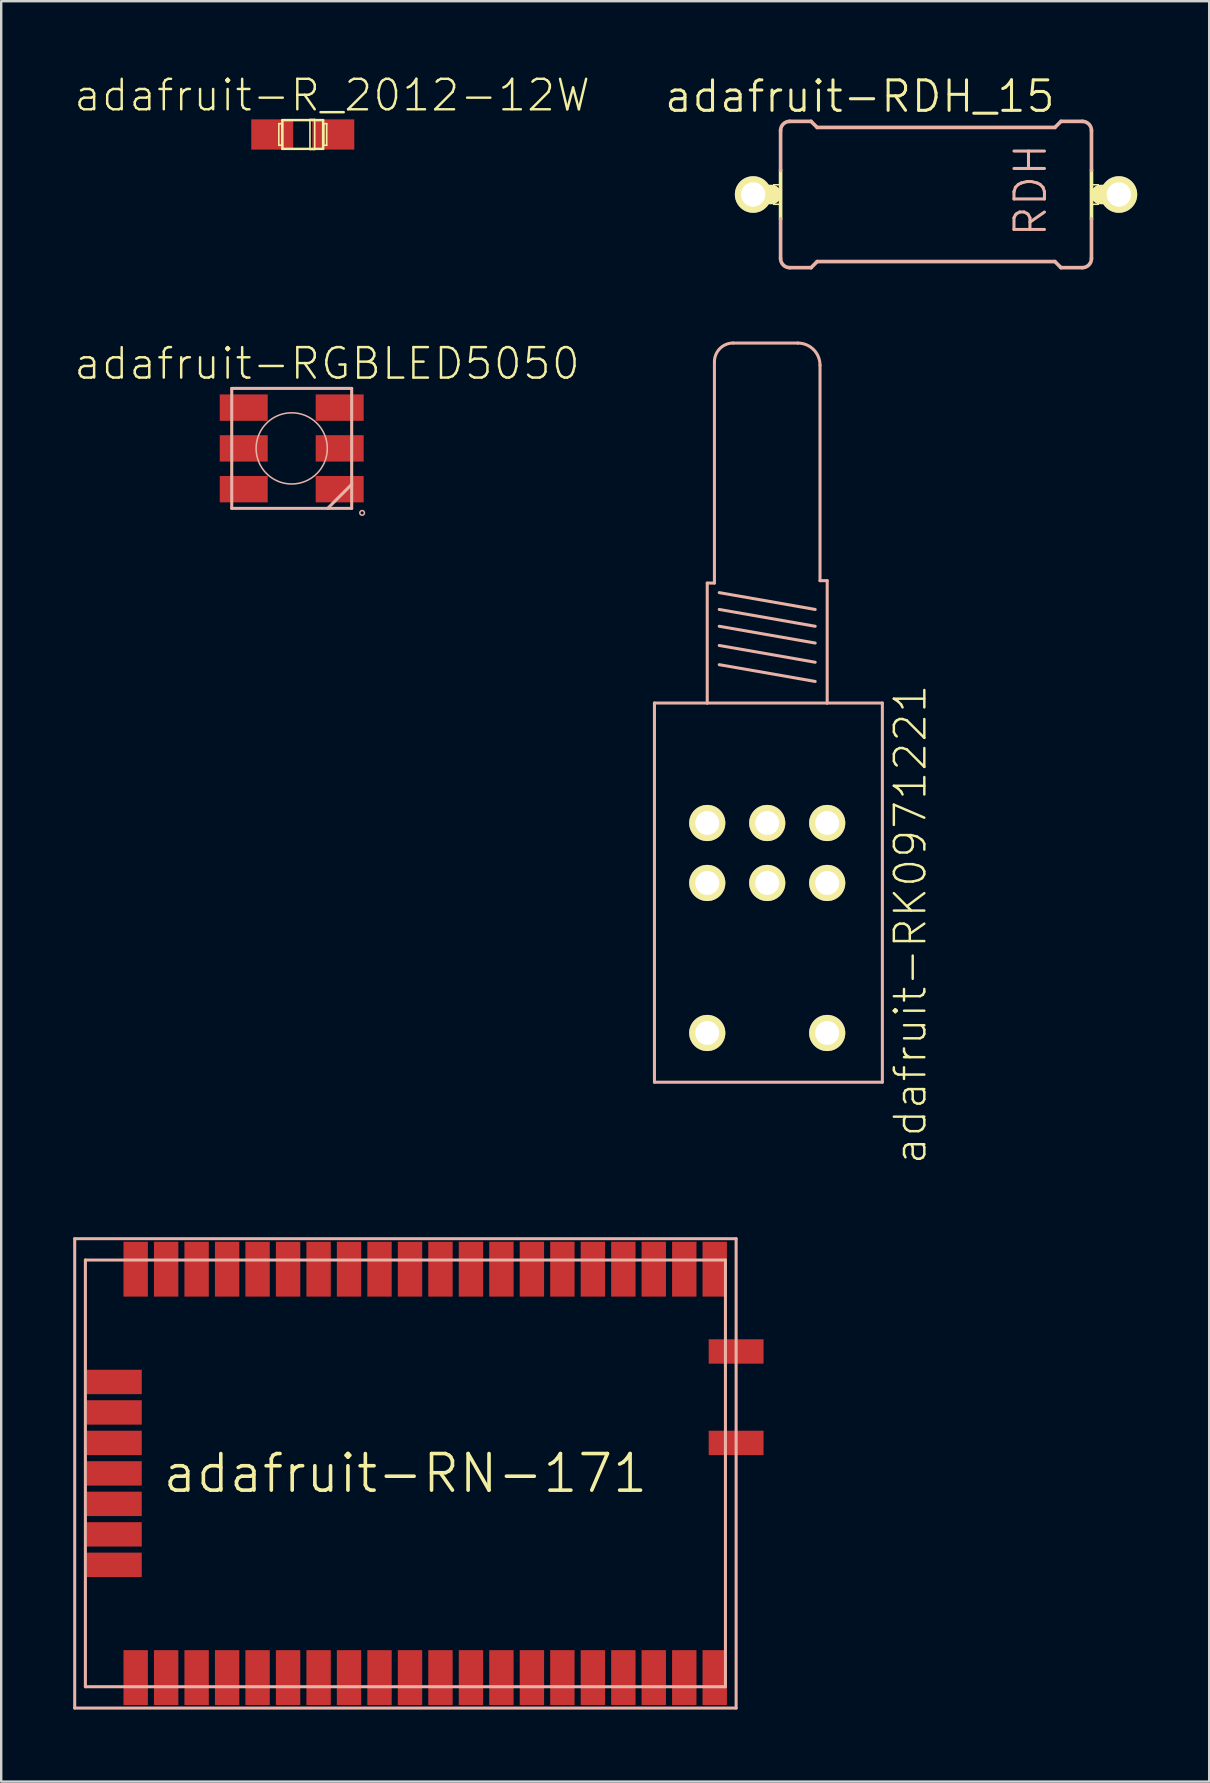
<source format=kicad_pcb>
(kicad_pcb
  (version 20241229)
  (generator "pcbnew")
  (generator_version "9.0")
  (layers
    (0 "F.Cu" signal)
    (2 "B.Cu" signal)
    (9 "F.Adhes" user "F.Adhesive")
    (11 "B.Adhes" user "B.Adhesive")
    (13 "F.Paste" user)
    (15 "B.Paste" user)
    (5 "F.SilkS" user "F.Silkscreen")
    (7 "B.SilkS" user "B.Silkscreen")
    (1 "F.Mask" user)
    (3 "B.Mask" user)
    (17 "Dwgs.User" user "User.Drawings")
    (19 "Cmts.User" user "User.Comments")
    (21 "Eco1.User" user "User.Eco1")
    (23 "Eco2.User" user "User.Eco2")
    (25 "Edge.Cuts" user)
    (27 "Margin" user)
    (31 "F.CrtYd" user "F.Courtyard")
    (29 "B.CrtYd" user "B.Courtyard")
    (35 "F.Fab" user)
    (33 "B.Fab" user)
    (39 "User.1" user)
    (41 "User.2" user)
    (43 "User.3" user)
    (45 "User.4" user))
  (footprint "adafruit-RK0971221"
    (layer "F.Cu")
    (at 28.919 26.244)
    (property "Reference" "adafruit-RK0971221" (at 5.964 9.223 90) (layer "F.SilkS") (effects (font (size 1.27 1.27) (thickness 0.102))))
    (attr exclude_from_pos_files exclude_from_bom)
    (fp_line (start -4.699 0) (end -4.699 15.799) (stroke (width 0.127) (type solid)) (layer "B.SilkS"))
    (fp_line (start -4.699 15.799) (end 4.798 15.799) (stroke (width 0.127) (type solid)) (layer "B.SilkS"))
    (fp_line (start -2.499 -4.999) (end -2.2 -4.999) (stroke (width 0.127) (type solid)) (layer "B.SilkS"))
    (fp_line (start -2.499 0) (end -4.699 0) (stroke (width 0.127) (type solid)) (layer "B.SilkS"))
    (fp_line (start -2.499 0) (end -2.499 -4.999) (stroke (width 0.127) (type solid)) (layer "B.SilkS"))
    (fp_line (start -2.2 -4.999) (end -2.2 -14.219) (stroke (width 0.127) (type solid)) (layer "B.SilkS"))
    (fp_line (start -1.999 -4.6) (end 1.999 -3.899) (stroke (width 0.127) (type solid)) (layer "B.SilkS"))
    (fp_line (start -1.999 -3.899) (end 1.999 -3.198) (stroke (width 0.127) (type solid)) (layer "B.SilkS"))
    (fp_line (start -1.999 -3.198) (end 1.999 -2.499) (stroke (width 0.127) (type solid)) (layer "B.SilkS"))
    (fp_line (start -1.999 -2.398) (end 1.999 -1.699) (stroke (width 0.127) (type solid)) (layer "B.SilkS"))
    (fp_line (start -1.999 -1.598) (end 1.999 -0.899) (stroke (width 0.127) (type solid)) (layer "B.SilkS"))
    (fp_line (start -1.417 -14.999) (end 1.278 -14.999) (stroke (width 0.127) (type solid)) (layer "B.SilkS"))
    (fp_line (start 2.2 -14.077) (end 2.2 -5.098) (stroke (width 0.127) (type solid)) (layer "B.SilkS"))
    (fp_line (start 2.2 -5.098) (end 2.499 -5.098) (stroke (width 0.127) (type solid)) (layer "B.SilkS"))
    (fp_line (start 2.499 -5.098) (end 2.499 0) (stroke (width 0.127) (type solid)) (layer "B.SilkS"))
    (fp_line (start 2.499 0) (end -2.499 0) (stroke (width 0.127) (type solid)) (layer "B.SilkS"))
    (fp_line (start 4.798 0) (end 2.499 0) (stroke (width 0.127) (type solid)) (layer "B.SilkS"))
    (fp_line (start 4.798 15.799) (end 4.798 0) (stroke (width 0.127) (type solid)) (layer "B.SilkS"))
    (fp_arc (start -2.19964 -14.21892) (mid -1.970504 -14.772104) (end -1.41732 -15.00124) (stroke (width 0.127) (type solid)) (layer "B.SilkS"))
    (fp_arc (start 1.27762 -14.9987) (mid 1.929587 -14.728647) (end 2.19964 -14.07668) (stroke (width 0.127) (type solid)) (layer "B.SilkS"))
    (pad "A1" thru_hole circle (at -2.499 4.999) (size 1.506 1.506) (drill 0.998) (layers "*.Cu" "F.Mask" "F.SilkS" "F.Paste"))
    (pad "A2" thru_hole circle (at -2.499 7.498) (size 1.506 1.506) (drill 0.998) (layers "*.Cu" "F.Mask" "F.SilkS" "F.Paste"))
    (pad "B1" thru_hole circle (at 2.499 4.999) (size 1.506 1.506) (drill 0.998) (layers "*.Cu" "F.Mask" "F.SilkS" "F.Paste"))
    (pad "B2" thru_hole circle (at 2.499 7.498) (size 1.506 1.506) (drill 0.998) (layers "*.Cu" "F.Mask" "F.SilkS" "F.Paste"))
    (pad "SW1" thru_hole circle (at -2.499 13.749) (size 1.506 1.506) (drill 0.998) (layers "*.Cu" "F.Mask" "F.SilkS" "F.Paste"))
    (pad "SW2" thru_hole circle (at 2.499 13.749) (size 1.506 1.506) (drill 0.998) (layers "*.Cu" "F.Mask" "F.SilkS" "F.Paste"))
    (pad "W1" thru_hole circle (at 0 4.999) (size 1.506 1.506) (drill 0.998) (layers "*.Cu" "F.Mask" "F.SilkS" "F.Paste"))
    (pad "W2" thru_hole circle (at 0 7.498) (size 1.506 1.506) (drill 0.998) (layers "*.Cu" "F.Mask" "F.SilkS" "F.Paste")))
  (footprint "adafruit-R_2012-12W"
    (layer "F.Cu")
    (at 9.566 2.554)
    (property "Reference" "adafruit-R_2012-12W" (at 1.224 -1.633 0) (layer "F.SilkS") (effects (font (size 1.27 1.27) (thickness 0.102))))
    (attr smd)
    (fp_line (start -0.998 -0.45) (end -0.874 -0.45) (stroke (width 0.066) (type solid)) (layer "F.SilkS"))
    (fp_line (start -0.998 0.45) (end -0.998 -0.45) (stroke (width 0.066) (type solid)) (layer "F.SilkS"))
    (fp_line (start -0.998 0.45) (end -0.874 0.45) (stroke (width 0.066) (type solid)) (layer "F.SilkS"))
    (fp_line (start -0.874 0.45) (end -0.874 -0.45) (stroke (width 0.066) (type solid)) (layer "F.SilkS"))
    (fp_line (start -0.848 -0.599) (end 0.848 -0.599) (stroke (width 0.102) (type solid)) (layer "F.SilkS"))
    (fp_line (start -0.848 0.599) (end -0.848 -0.599) (stroke (width 0.102) (type solid)) (layer "F.SilkS"))
    (fp_line (start 0.3 -0.625) (end 0.498 -0.625) (stroke (width 0.066) (type solid)) (layer "F.SilkS"))
    (fp_line (start 0.3 0.625) (end 0.3 -0.625) (stroke (width 0.066) (type solid)) (layer "F.SilkS"))
    (fp_line (start 0.3 0.625) (end 0.498 0.625) (stroke (width 0.066) (type solid)) (layer "F.SilkS"))
    (fp_line (start 0.498 0.625) (end 0.498 -0.625) (stroke (width 0.066) (type solid)) (layer "F.SilkS"))
    (fp_line (start 0.848 -0.599) (end 0.848 0.599) (stroke (width 0.102) (type solid)) (layer "F.SilkS"))
    (fp_line (start 0.848 0.599) (end -0.848 0.599) (stroke (width 0.102) (type solid)) (layer "F.SilkS"))
    (fp_line (start 0.874 -0.45) (end 0.998 -0.45) (stroke (width 0.066) (type solid)) (layer "F.SilkS"))
    (fp_line (start 0.874 0.45) (end 0.874 -0.45) (stroke (width 0.066) (type solid)) (layer "F.SilkS"))
    (fp_line (start 0.874 0.45) (end 0.998 0.45) (stroke (width 0.066) (type solid)) (layer "F.SilkS"))
    (fp_line (start 0.998 0.45) (end 0.998 -0.45) (stroke (width 0.066) (type solid)) (layer "F.SilkS"))
    (pad "+" smd rect (at 1.273 0) (size 1.748 1.26) (layers "F.Cu" "F.Mask" "F.Paste"))
    (pad "-" smd rect (at -1.273 0) (size 1.748 1.26) (layers "F.Cu" "F.Mask" "F.Paste")))
  (footprint "adafruit-RGBLED5050"
    (layer "F.Cu")
    (at 9.105 15.634)
    (property "Reference" "adafruit-RGBLED5050" (at 1.473 -3.533 0) (layer "F.SilkS") (effects (font (size 1.27 1.27) (thickness 0.102))))
    (attr smd)
    (fp_line (start -2.499 -2.499) (end 2.499 -2.499) (stroke (width 0.127) (type solid)) (layer "B.SilkS"))
    (fp_line (start -2.499 2.499) (end -2.499 -2.499) (stroke (width 0.127) (type solid)) (layer "B.SilkS"))
    (fp_line (start 1.499 2.499) (end -2.499 2.499) (stroke (width 0.127) (type solid)) (layer "B.SilkS"))
    (fp_line (start 1.499 2.499) (end 2.499 1.499) (stroke (width 0.127) (type solid)) (layer "B.SilkS"))
    (fp_line (start 2.499 -2.499) (end 2.499 1.499) (stroke (width 0.127) (type solid)) (layer "B.SilkS"))
    (fp_line (start 2.499 1.499) (end 2.499 2.499) (stroke (width 0.127) (type solid)) (layer "B.SilkS"))
    (fp_line (start 2.499 2.499) (end 1.499 2.499) (stroke (width 0.127) (type solid)) (layer "B.SilkS"))
    (fp_circle (center 0 0) (end -1.049 1.049) (stroke (width 0.064) (type solid)) (fill no) (layer "B.SilkS"))
    (fp_circle (center 2.934 2.687) (end 3.002 2.756) (stroke (width 0.064) (type solid)) (fill no) (layer "B.SilkS"))
    (pad "1" smd rect (at -1.999 -1.699) (size 1.999 1.1) (layers "F.Cu" "F.Mask" "F.Paste"))
    (pad "2" smd rect (at -1.999 0) (size 1.999 1.1) (layers "F.Cu" "F.Mask" "F.Paste"))
    (pad "3" smd rect (at -1.999 1.699) (size 1.999 1.1) (layers "F.Cu" "F.Mask" "F.Paste"))
    (pad "4" smd rect (at 1.999 1.699) (size 1.999 1.1) (layers "F.Cu" "F.Mask" "F.Paste"))
    (pad "5" smd rect (at 1.999 0) (size 1.999 1.1) (layers "F.Cu" "F.Mask" "F.Paste"))
    (pad "6" smd rect (at 1.999 -1.699) (size 1.999 1.1) (layers "F.Cu" "F.Mask" "F.Paste")))
  (footprint "adafruit-RDH_15"
    (layer "F.Cu")
    (at 35.953 5.055)
    (property "Reference" "adafruit-RDH_15" (at -3.175 -4.089 0) (layer "F.SilkS") (effects (font (size 1.27 1.27) (thickness 0.127))))
    (attr exclude_from_pos_files exclude_from_bom)
    (fp_line (start -7.62 0) (end -6.858 0) (stroke (width 0.813) (type solid)) (layer "F.SilkS"))
    (fp_line (start -6.756 -0.406) (end -6.452 -0.406) (stroke (width 0.066) (type solid)) (layer "F.SilkS"))
    (fp_line (start -6.756 0.406) (end -6.756 -0.406) (stroke (width 0.066) (type solid)) (layer "F.SilkS"))
    (fp_line (start -6.756 0.406) (end -6.452 0.406) (stroke (width 0.066) (type solid)) (layer "F.SilkS"))
    (fp_line (start -6.477 -1.016) (end -6.477 1.016) (stroke (width 0.152) (type solid)) (layer "F.SilkS"))
    (fp_line (start -6.452 0.406) (end -6.452 -0.406) (stroke (width 0.066) (type solid)) (layer "F.SilkS"))
    (fp_line (start 6.452 -0.406) (end 6.756 -0.406) (stroke (width 0.066) (type solid)) (layer "F.SilkS"))
    (fp_line (start 6.452 0.406) (end 6.452 -0.406) (stroke (width 0.066) (type solid)) (layer "F.SilkS"))
    (fp_line (start 6.452 0.406) (end 6.756 0.406) (stroke (width 0.066) (type solid)) (layer "F.SilkS"))
    (fp_line (start 6.477 -1.016) (end 6.477 1.016) (stroke (width 0.152) (type solid)) (layer "F.SilkS"))
    (fp_line (start 6.756 0.406) (end 6.756 -0.406) (stroke (width 0.066) (type solid)) (layer "F.SilkS"))
    (fp_line (start 6.858 0) (end 7.62 0) (stroke (width 0.813) (type solid)) (layer "F.SilkS"))
    (fp_line (start -6.477 -1.016) (end -6.477 -2.667) (stroke (width 0.152) (type solid)) (layer "B.SilkS"))
    (fp_line (start -6.477 2.667) (end -6.477 1.016) (stroke (width 0.152) (type solid)) (layer "B.SilkS"))
    (fp_line (start -6.096 -3.048) (end -5.207 -3.048) (stroke (width 0.152) (type solid)) (layer "B.SilkS"))
    (fp_line (start -6.096 3.048) (end -5.207 3.048) (stroke (width 0.152) (type solid)) (layer "B.SilkS"))
    (fp_line (start -4.953 -2.794) (end -5.207 -3.048) (stroke (width 0.152) (type solid)) (layer "B.SilkS"))
    (fp_line (start -4.953 2.794) (end -5.207 3.048) (stroke (width 0.152) (type solid)) (layer "B.SilkS"))
    (fp_line (start 4.953 -2.794) (end -4.953 -2.794) (stroke (width 0.152) (type solid)) (layer "B.SilkS"))
    (fp_line (start 4.953 -2.794) (end 5.207 -3.048) (stroke (width 0.152) (type solid)) (layer "B.SilkS"))
    (fp_line (start 4.953 2.794) (end -4.953 2.794) (stroke (width 0.152) (type solid)) (layer "B.SilkS"))
    (fp_line (start 4.953 2.794) (end 5.207 3.048) (stroke (width 0.152) (type solid)) (layer "B.SilkS"))
    (fp_line (start 6.096 -3.048) (end 5.207 -3.048) (stroke (width 0.152) (type solid)) (layer "B.SilkS"))
    (fp_line (start 6.096 3.048) (end 5.207 3.048) (stroke (width 0.152) (type solid)) (layer "B.SilkS"))
    (fp_line (start 6.477 -1.016) (end 6.477 -2.667) (stroke (width 0.152) (type solid)) (layer "B.SilkS"))
    (fp_line (start 6.477 2.667) (end 6.477 1.016) (stroke (width 0.152) (type solid)) (layer "B.SilkS"))
    (fp_arc (start -6.477 -2.667) (mid -6.365408 -2.936408) (end -6.096 -3.048) (stroke (width 0.1524) (type solid)) (layer "B.SilkS"))
    (fp_arc (start -6.096 3.048) (mid -6.365408 2.936408) (end -6.477 2.667) (stroke (width 0.1524) (type solid)) (layer "B.SilkS"))
    (fp_arc (start 6.096 -3.048) (mid 6.365408 -2.936408) (end 6.477 -2.667) (stroke (width 0.1524) (type solid)) (layer "B.SilkS"))
    (fp_arc (start 6.477 2.667) (mid 6.365408 2.936408) (end 6.096 3.048) (stroke (width 0.1524) (type solid)) (layer "B.SilkS"))
    (fp_text user "RDH" (at 3.937 -0.178 90) (layer "B.SilkS") (effects (font (size 1.27 1.27) (thickness 0.127))))
    (pad "1" thru_hole circle (at -7.62 0) (size 1.524 1.524) (drill 1.016) (layers "*.Cu" "F.Mask" "F.SilkS" "F.Paste"))
    (pad "2" thru_hole circle (at 7.62 0) (size 1.524 1.524) (drill 1.016) (layers "*.Cu" "F.Mask" "F.SilkS" "F.Paste")))
  (footprint "adafruit-RN-171"
    (layer "F.Cu")
    (at 13.843 58.344)
    (property "Reference" "adafruit-RN-171" (at 0 0 0) (layer "F.SilkS") (effects (font (size 1.524 1.524) (thickness 0.15))))
    (attr smd)
    (fp_line (start -13.78 -9.779) (end 13.78 -9.779) (stroke (width 0.127) (type solid)) (layer "B.SilkS"))
    (fp_line (start -13.78 9.779) (end -13.78 -9.779) (stroke (width 0.127) (type solid)) (layer "B.SilkS"))
    (fp_line (start -13.335 -8.89) (end 13.335 -8.89) (stroke (width 0.127) (type solid)) (layer "B.SilkS"))
    (fp_line (start -13.335 8.89) (end -13.335 -8.89) (stroke (width 0.127) (type solid)) (layer "B.SilkS"))
    (fp_line (start 13.335 -8.89) (end 13.335 8.89) (stroke (width 0.127) (type solid)) (layer "B.SilkS"))
    (fp_line (start 13.335 8.89) (end -13.335 8.89) (stroke (width 0.127) (type solid)) (layer "B.SilkS"))
    (fp_line (start 13.78 -9.779) (end 13.78 9.779) (stroke (width 0.127) (type solid)) (layer "B.SilkS"))
    (fp_line (start 13.78 9.779) (end -13.78 9.779) (stroke (width 0.127) (type solid)) (layer "B.SilkS"))
    (pad "1" smd rect (at 12.888 -8.509) (size 1.016 2.286) (layers "F.Cu" "F.Mask" "F.Paste"))
    (pad "2" smd rect (at 11.62 -8.509) (size 1.016 2.286) (layers "F.Cu" "F.Mask" "F.Paste"))
    (pad "3" smd rect (at 10.348 -8.509) (size 1.016 2.286) (layers "F.Cu" "F.Mask" "F.Paste"))
    (pad "4" smd rect (at 9.081 -8.509) (size 1.016 2.286) (layers "F.Cu" "F.Mask" "F.Paste"))
    (pad "5" smd rect (at 7.811 -8.509) (size 1.016 2.286) (layers "F.Cu" "F.Mask" "F.Paste"))
    (pad "6" smd rect (at 6.54 -8.509) (size 1.016 2.286) (layers "F.Cu" "F.Mask" "F.Paste"))
    (pad "7" smd rect (at 5.271 -8.509) (size 1.016 2.286) (layers "F.Cu" "F.Mask" "F.Paste"))
    (pad "8" smd rect (at 4 -8.509) (size 1.016 2.286) (layers "F.Cu" "F.Mask" "F.Paste"))
    (pad "9" smd rect (at 2.731 -8.509) (size 1.016 2.286) (layers "F.Cu" "F.Mask" "F.Paste"))
    (pad "10" smd rect (at 1.46 -8.509) (size 1.016 2.286) (layers "F.Cu" "F.Mask" "F.Paste"))
    (pad "11" smd rect (at 0.191 -8.509) (size 1.016 2.286) (layers "F.Cu" "F.Mask" "F.Paste"))
    (pad "12" smd rect (at -1.079 -8.509) (size 1.016 2.286) (layers "F.Cu" "F.Mask" "F.Paste"))
    (pad "13" smd rect (at -2.349 -8.509) (size 1.016 2.286) (layers "F.Cu" "F.Mask" "F.Paste"))
    (pad "14" smd rect (at -3.617 -8.509) (size 1.016 2.286) (layers "F.Cu" "F.Mask" "F.Paste"))
    (pad "15" smd rect (at -4.889 -8.509) (size 1.016 2.286) (layers "F.Cu" "F.Mask" "F.Paste"))
    (pad "16" smd rect (at -6.16 -8.509) (size 1.016 2.286) (layers "F.Cu" "F.Mask" "F.Paste"))
    (pad "17" smd rect (at -7.429 -8.509) (size 1.016 2.286) (layers "F.Cu" "F.Mask" "F.Paste"))
    (pad "18" smd rect (at -8.7 -8.509) (size 1.016 2.286) (layers "F.Cu" "F.Mask" "F.Paste"))
    (pad "19" smd rect (at -9.97 -8.509) (size 1.016 2.286) (layers "F.Cu" "F.Mask" "F.Paste"))
    (pad "20" smd rect (at -11.239 -8.509) (size 1.016 2.286) (layers "F.Cu" "F.Mask" "F.Paste"))
    (pad "21" smd rect (at -12.129 -3.81 90) (size 1.016 2.286) (layers "F.Cu" "F.Mask" "F.Paste"))
    (pad "22" smd rect (at -12.129 -2.54 90) (size 1.016 2.286) (layers "F.Cu" "F.Mask" "F.Paste"))
    (pad "23" smd rect (at -12.129 -1.27 90) (size 1.016 2.286) (layers "F.Cu" "F.Mask" "F.Paste"))
    (pad "24" smd rect (at -12.129 0 90) (size 1.016 2.286) (layers "F.Cu" "F.Mask" "F.Paste"))
    (pad "25" smd rect (at -12.129 1.27 90) (size 1.016 2.286) (layers "F.Cu" "F.Mask" "F.Paste"))
    (pad "26" smd rect (at -12.129 2.54 90) (size 1.016 2.286) (layers "F.Cu" "F.Mask" "F.Paste"))
    (pad "27" smd rect (at -12.129 3.81 90) (size 1.016 2.286) (layers "F.Cu" "F.Mask" "F.Paste"))
    (pad "28" smd rect (at -11.239 8.509 180) (size 1.016 2.286) (layers "F.Cu" "F.Mask" "F.Paste"))
    (pad "29" smd rect (at -9.97 8.509 180) (size 1.016 2.286) (layers "F.Cu" "F.Mask" "F.Paste"))
    (pad "30" smd rect (at -8.7 8.509 180) (size 1.016 2.286) (layers "F.Cu" "F.Mask" "F.Paste"))
    (pad "31" smd rect (at -7.429 8.509 180) (size 1.016 2.286) (layers "F.Cu" "F.Mask" "F.Paste"))
    (pad "32" smd rect (at -6.16 8.509 180) (size 1.016 2.286) (layers "F.Cu" "F.Mask" "F.Paste"))
    (pad "33" smd rect (at -4.889 8.509 180) (size 1.016 2.286) (layers "F.Cu" "F.Mask" "F.Paste"))
    (pad "34" smd rect (at -3.617 8.509 180) (size 1.016 2.286) (layers "F.Cu" "F.Mask" "F.Paste"))
    (pad "35" smd rect (at -2.349 8.509 180) (size 1.016 2.286) (layers "F.Cu" "F.Mask" "F.Paste"))
    (pad "36" smd rect (at -1.079 8.509 180) (size 1.016 2.286) (layers "F.Cu" "F.Mask" "F.Paste"))
    (pad "37" smd rect (at 0.191 8.509 180) (size 1.016 2.286) (layers "F.Cu" "F.Mask" "F.Paste"))
    (pad "38" smd rect (at 1.46 8.509 180) (size 1.016 2.286) (layers "F.Cu" "F.Mask" "F.Paste"))
    (pad "39" smd rect (at 2.731 8.509 180) (size 1.016 2.286) (layers "F.Cu" "F.Mask" "F.Paste"))
    (pad "40" smd rect (at 4 8.509 180) (size 1.016 2.286) (layers "F.Cu" "F.Mask" "F.Paste"))
    (pad "41" smd rect (at 5.271 8.509 180) (size 1.016 2.286) (layers "F.Cu" "F.Mask" "F.Paste"))
    (pad "42" smd rect (at 6.54 8.509 180) (size 1.016 2.286) (layers "F.Cu" "F.Mask" "F.Paste"))
    (pad "43" smd rect (at 7.811 8.509 180) (size 1.016 2.286) (layers "F.Cu" "F.Mask" "F.Paste"))
    (pad "44" smd rect (at 9.081 8.509 180) (size 1.016 2.286) (layers "F.Cu" "F.Mask" "F.Paste"))
    (pad "45" smd rect (at 10.348 8.509 180) (size 1.016 2.286) (layers "F.Cu" "F.Mask" "F.Paste"))
    (pad "46" smd rect (at 11.62 8.509 180) (size 1.016 2.286) (layers "F.Cu" "F.Mask" "F.Paste"))
    (pad "47" smd rect (at 12.888 8.509 180) (size 1.016 2.286) (layers "F.Cu" "F.Mask" "F.Paste"))
    (pad "48" smd rect (at 13.78 -5.08 270) (size 1.016 2.286) (layers "F.Cu" "F.Mask" "F.Paste"))
    (pad "49" smd rect (at 13.78 -1.27 270) (size 1.016 2.286) (layers "F.Cu" "F.Mask" "F.Paste")))
  (gr_rect
    (start -3 -3)
    (end 47.335 71.186)
    (stroke (width 0.1) (type default))
    (fill no)
    (layer "Edge.Cuts")))
</source>
